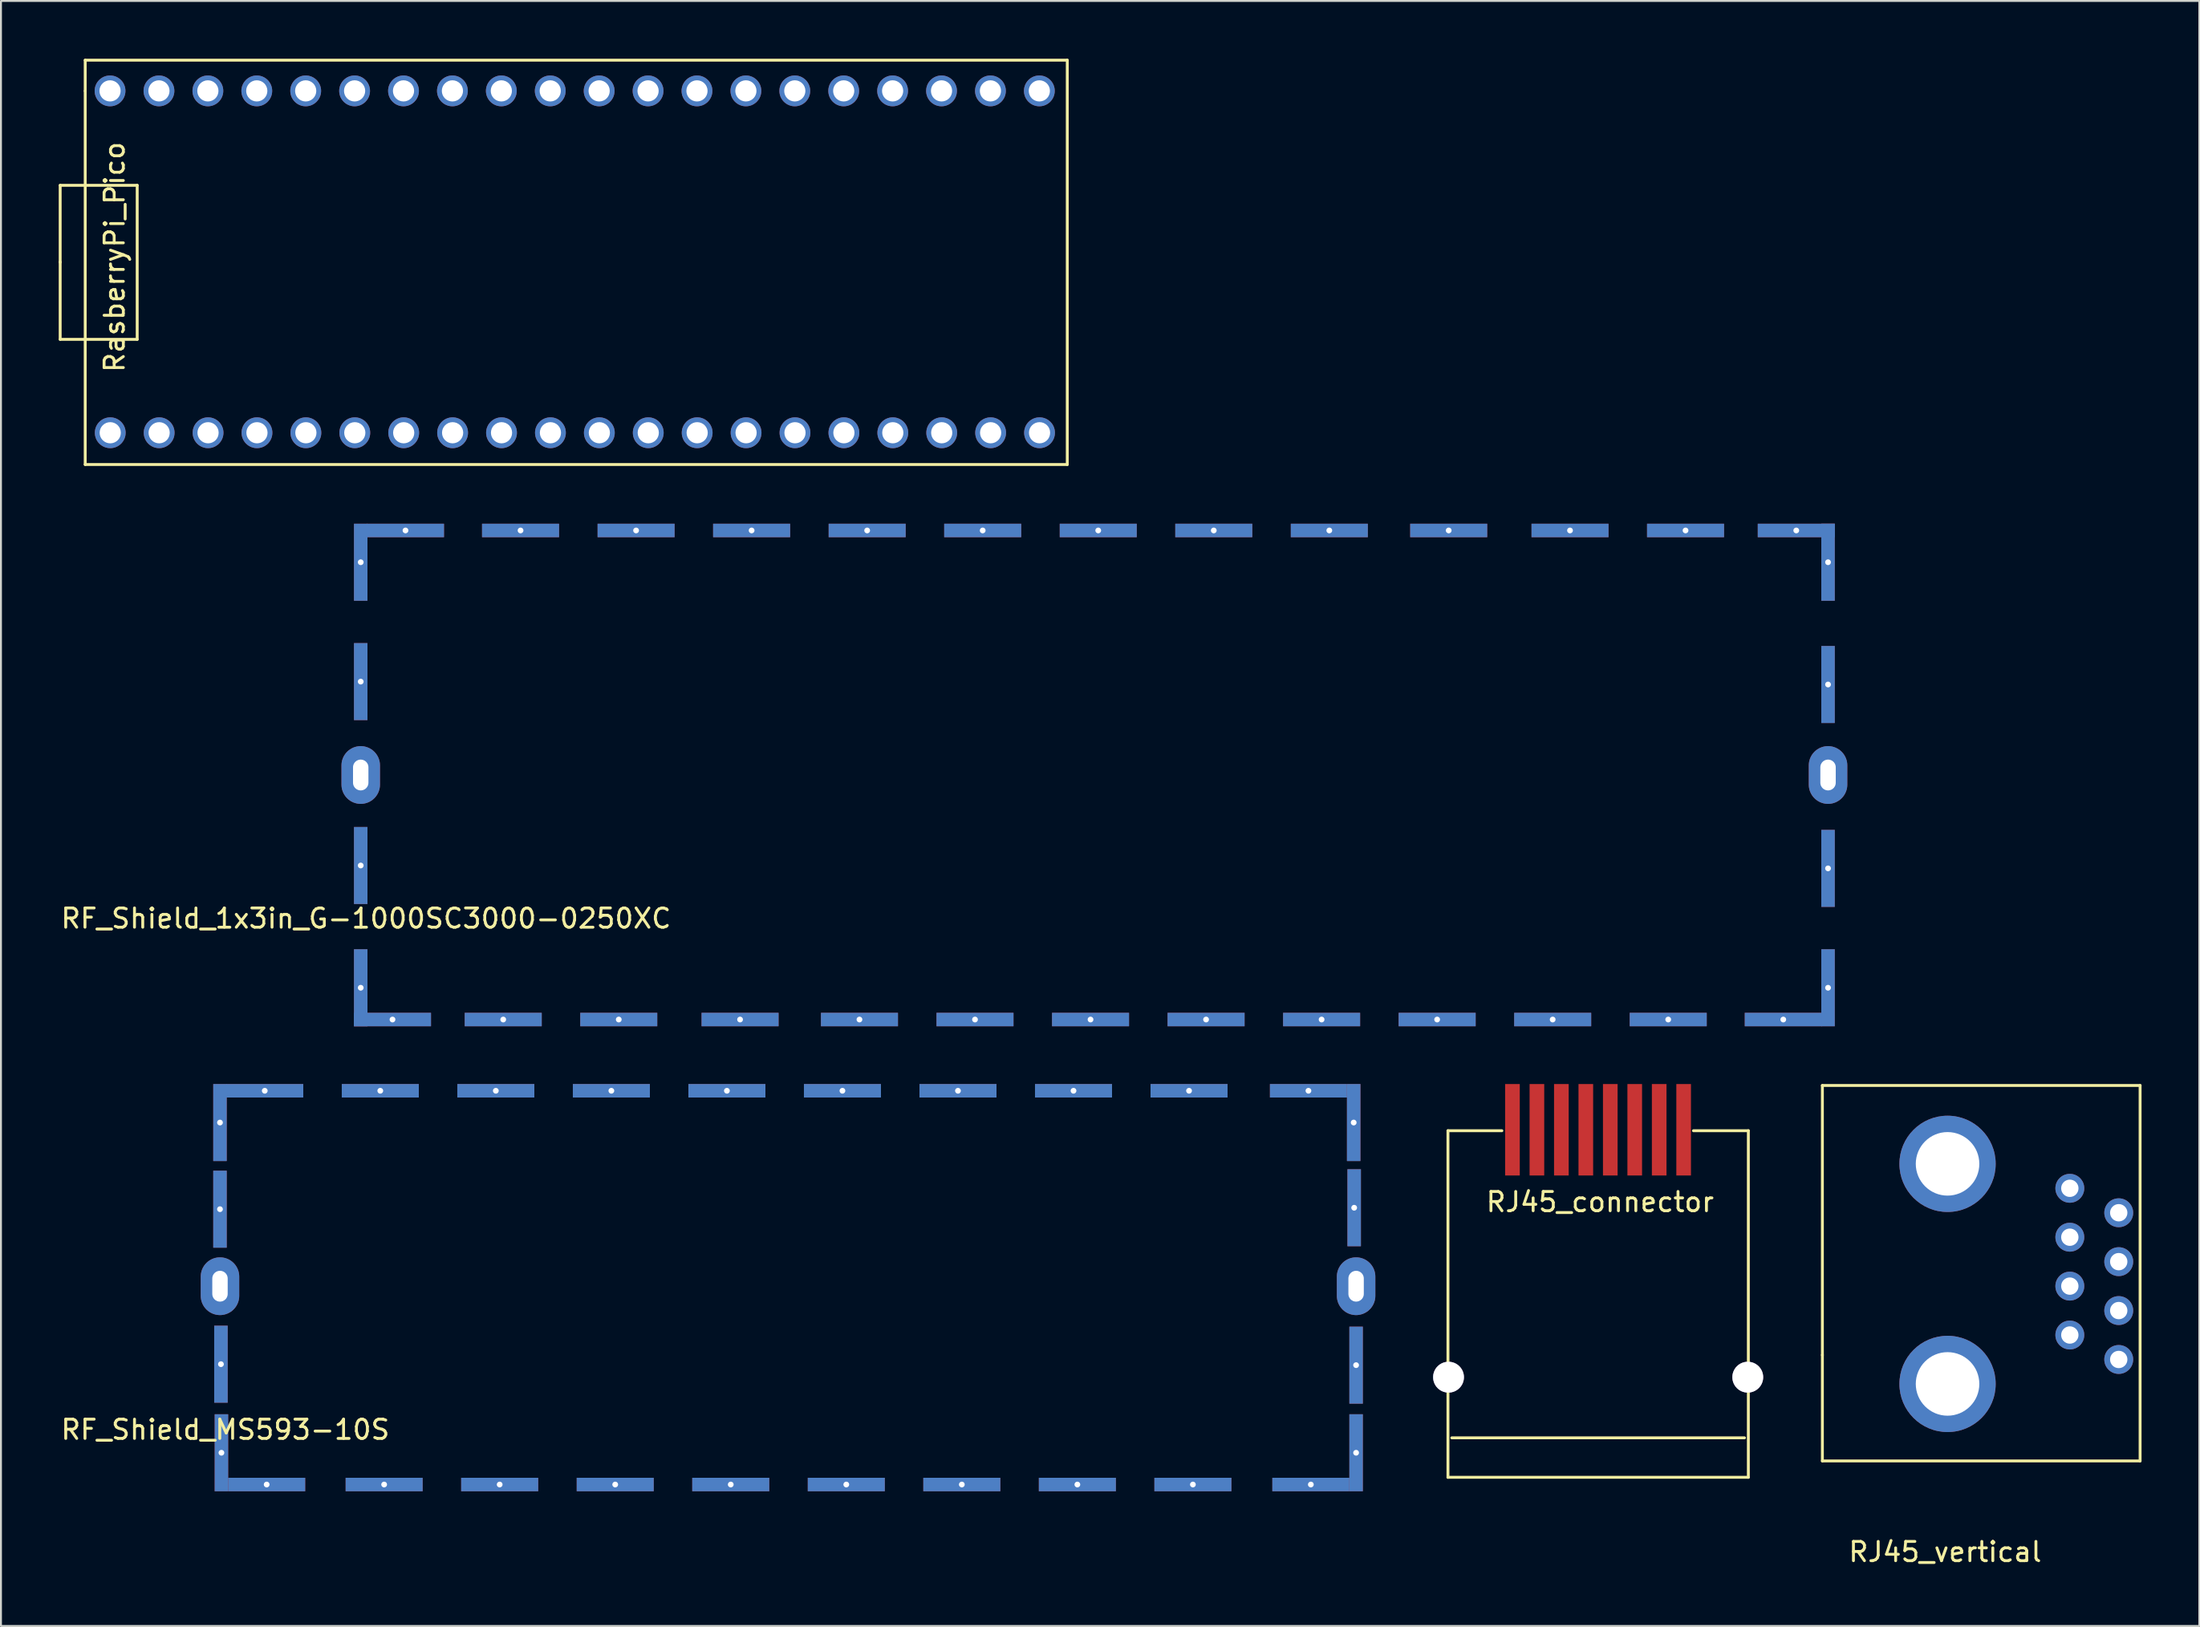
<source format=kicad_pcb>
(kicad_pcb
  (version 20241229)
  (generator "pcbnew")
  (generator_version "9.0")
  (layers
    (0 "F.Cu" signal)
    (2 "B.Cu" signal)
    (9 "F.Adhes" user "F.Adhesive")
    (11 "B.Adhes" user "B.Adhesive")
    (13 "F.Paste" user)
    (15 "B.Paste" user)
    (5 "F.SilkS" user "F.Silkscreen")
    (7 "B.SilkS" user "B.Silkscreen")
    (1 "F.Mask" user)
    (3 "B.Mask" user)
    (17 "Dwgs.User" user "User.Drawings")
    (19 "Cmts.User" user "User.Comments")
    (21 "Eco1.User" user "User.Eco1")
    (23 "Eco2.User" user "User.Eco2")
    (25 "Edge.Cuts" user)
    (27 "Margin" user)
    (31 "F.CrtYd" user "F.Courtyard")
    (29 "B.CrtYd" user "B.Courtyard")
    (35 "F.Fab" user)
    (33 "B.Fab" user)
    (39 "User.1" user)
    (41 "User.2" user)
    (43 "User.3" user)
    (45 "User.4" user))
  (footprint "RF_Shield_MS593-10S"
    (layer "F.Cu")
    (at 8.374 63.75)
    (property "Reference" "RF_Shield_MS593-10S" (at 0.275 7.45 0) (layer "F.SilkS") (effects (font (size 1 1) (thickness 0.15))))
    (attr through_hole)
    (pad "1" thru_hole rect (at 0 -8.5) (size 0.7 4) (drill 0.3) (layers "*.Cu" "*.Mask"))
    (pad "1" thru_hole oval (at 0 0) (size 2 3) (drill oval 0.8 1.6) (layers "*.Cu" "*.Mask"))
    (pad "1" thru_hole rect (at 2.325 -10.15 90) (size 0.7 4) (drill 0.3) (layers "*.Cu" "*.Mask"))
    (pad "1" thru_hole rect (at 2.425 10.3 90) (size 0.7 4) (drill 0.3) (layers "*.Cu" "*.Mask"))
    (pad "1" thru_hole rect (at 58.875 -8.5) (size 0.7 4) (drill 0.3) (layers "*.Cu" "*.Mask"))
    (pad "1" thru_hole oval (at 59 0) (size 2 3) (drill oval 0.8 1.6) (layers "*.Cu" "*.Mask"))
    (pad "2" thru_hole rect (at 0 -4) (size 0.7 4) (drill 0.3) (layers "*.Cu" "*.Mask"))
    (pad "2" thru_hole rect (at 8.325 -10.15 90) (size 0.7 4) (drill 0.3) (layers "*.Cu" "*.Mask"))
    (pad "2" thru_hole rect (at 8.525 10.3 90) (size 0.7 4) (drill 0.3) (layers "*.Cu" "*.Mask"))
    (pad "2" thru_hole rect (at 58.9 -4.075) (size 0.7 4) (drill 0.3) (layers "*.Cu" "*.Mask"))
    (pad "3" thru_hole rect (at 0.05 4.05) (size 0.7 4) (drill 0.3) (layers "*.Cu" "*.Mask"))
    (pad "3" thru_hole rect (at 14.325 -10.15 90) (size 0.7 4) (drill 0.3) (layers "*.Cu" "*.Mask"))
    (pad "3" thru_hole rect (at 14.525 10.3 90) (size 0.7 4) (drill 0.3) (layers "*.Cu" "*.Mask"))
    (pad "3" thru_hole rect (at 59 4.1) (size 0.7 4) (drill 0.3) (layers "*.Cu" "*.Mask"))
    (pad "4" thru_hole rect (at 0.075 8.65) (size 0.7 4) (drill 0.3) (layers "*.Cu" "*.Mask"))
    (pad "4" thru_hole rect (at 20.325 -10.15 90) (size 0.7 4) (drill 0.3) (layers "*.Cu" "*.Mask"))
    (pad "4" thru_hole rect (at 20.525 10.3 90) (size 0.7 4) (drill 0.3) (layers "*.Cu" "*.Mask"))
    (pad "4" thru_hole rect (at 59 8.65) (size 0.7 4) (drill 0.3) (layers "*.Cu" "*.Mask"))
    (pad "5" thru_hole rect (at 26.325 -10.15 90) (size 0.7 4) (drill 0.3) (layers "*.Cu" "*.Mask"))
    (pad "5" thru_hole rect (at 26.525 10.3 90) (size 0.7 4) (drill 0.3) (layers "*.Cu" "*.Mask"))
    (pad "6" thru_hole rect (at 32.325 -10.15 90) (size 0.7 4) (drill 0.3) (layers "*.Cu" "*.Mask"))
    (pad "6" thru_hole rect (at 32.525 10.3 90) (size 0.7 4) (drill 0.3) (layers "*.Cu" "*.Mask"))
    (pad "7" thru_hole rect (at 38.325 -10.15 90) (size 0.7 4) (drill 0.3) (layers "*.Cu" "*.Mask"))
    (pad "7" thru_hole rect (at 38.525 10.3 90) (size 0.7 4) (drill 0.3) (layers "*.Cu" "*.Mask"))
    (pad "8" thru_hole rect (at 44.325 -10.15 90) (size 0.7 4) (drill 0.3) (layers "*.Cu" "*.Mask"))
    (pad "8" thru_hole rect (at 44.525 10.3 90) (size 0.7 4) (drill 0.3) (layers "*.Cu" "*.Mask"))
    (pad "9" thru_hole rect (at 50.325 -10.15 90) (size 0.7 4) (drill 0.3) (layers "*.Cu" "*.Mask"))
    (pad "9" thru_hole rect (at 50.525 10.3 90) (size 0.7 4) (drill 0.3) (layers "*.Cu" "*.Mask"))
    (pad "10" thru_hole rect (at 56.525 -10.15 90) (size 0.7 4) (drill 0.3) (layers "*.Cu" "*.Mask"))
    (pad "10" thru_hole rect (at 56.65 10.3 90) (size 0.7 4) (drill 0.3) (layers "*.Cu" "*.Mask")))
  (footprint "RasberryPi_Pico"
    (layer "F.Cu")
    (at 2.675 1.675)
    (property "Reference" "RasberryPi_Pico" (at 0.225 8.625 90) (layer "F.SilkS") (effects (font (size 1 1) (thickness 0.15))))
    (attr through_hole)
    (fp_line (start -2.6 4.9) (end 1.4 4.9) (stroke (width 0.15) (type solid)) (layer "F.SilkS"))
    (fp_line (start -2.6 8.9) (end -2.6 4.9) (stroke (width 0.15) (type solid)) (layer "F.SilkS"))
    (fp_line (start -2.6 12.9) (end -2.6 8.875) (stroke (width 0.15) (type solid)) (layer "F.SilkS"))
    (fp_line (start -1.3 -1.6) (end 49.7 -1.6) (stroke (width 0.15) (type solid)) (layer "F.SilkS"))
    (fp_line (start -1.3 0) (end -1.3 -1.6) (stroke (width 0.15) (type solid)) (layer "F.SilkS"))
    (fp_line (start -1.3 19.4) (end -1.3 0) (stroke (width 0.15) (type solid)) (layer "F.SilkS"))
    (fp_line (start 1.4 4.9) (end 1.4 12.9) (stroke (width 0.15) (type solid)) (layer "F.SilkS"))
    (fp_line (start 1.4 12.9) (end -2.6 12.9) (stroke (width 0.15) (type solid)) (layer "F.SilkS"))
    (fp_line (start 49.7 -1.6) (end 49.7 19.4) (stroke (width 0.15) (type solid)) (layer "F.SilkS"))
    (fp_line (start 49.7 19.4) (end -1.3 19.4) (stroke (width 0.15) (type solid)) (layer "F.SilkS"))
    (pad "1" thru_hole circle (at 0 17.75) (size 1.6 1.6) (drill 1.1) (layers "*.Cu" "*.Mask"))
    (pad "2" thru_hole circle (at 2.54 17.75) (size 1.6 1.6) (drill 1.1) (layers "*.Cu" "*.Mask"))
    (pad "3" thru_hole circle (at 5.08 17.75) (size 1.6 1.6) (drill 1.1) (layers "*.Cu" "*.Mask"))
    (pad "4" thru_hole circle (at 7.62 17.75) (size 1.6 1.6) (drill 1.1) (layers "*.Cu" "*.Mask"))
    (pad "5" thru_hole circle (at 10.16 17.75) (size 1.6 1.6) (drill 1.1) (layers "*.Cu" "*.Mask"))
    (pad "6" thru_hole circle (at 12.7 17.75) (size 1.6 1.6) (drill 1.1) (layers "*.Cu" "*.Mask"))
    (pad "7" thru_hole circle (at 15.24 17.75) (size 1.6 1.6) (drill 1.1) (layers "*.Cu" "*.Mask"))
    (pad "8" thru_hole circle (at 17.78 17.75) (size 1.6 1.6) (drill 1.1) (layers "*.Cu" "*.Mask"))
    (pad "9" thru_hole circle (at 20.32 17.75) (size 1.6 1.6) (drill 1.1) (layers "*.Cu" "*.Mask"))
    (pad "10" thru_hole circle (at 22.86 17.75) (size 1.6 1.6) (drill 1.1) (layers "*.Cu" "*.Mask"))
    (pad "11" thru_hole circle (at 25.4 17.75) (size 1.6 1.6) (drill 1.1) (layers "*.Cu" "*.Mask"))
    (pad "12" thru_hole circle (at 27.94 17.75) (size 1.6 1.6) (drill 1.1) (layers "*.Cu" "*.Mask"))
    (pad "13" thru_hole circle (at 30.48 17.75) (size 1.6 1.6) (drill 1.1) (layers "*.Cu" "*.Mask"))
    (pad "14" thru_hole circle (at 33.02 17.75) (size 1.6 1.6) (drill 1.1) (layers "*.Cu" "*.Mask"))
    (pad "15" thru_hole circle (at 35.56 17.75) (size 1.6 1.6) (drill 1.1) (layers "*.Cu" "*.Mask"))
    (pad "16" thru_hole circle (at 38.1 17.75) (size 1.6 1.6) (drill 1.1) (layers "*.Cu" "*.Mask"))
    (pad "17" thru_hole circle (at 40.64 17.75) (size 1.6 1.6) (drill 1.1) (layers "*.Cu" "*.Mask"))
    (pad "18" thru_hole circle (at 43.18 17.75) (size 1.6 1.6) (drill 1.1) (layers "*.Cu" "*.Mask"))
    (pad "19" thru_hole circle (at 45.72 17.75) (size 1.6 1.6) (drill 1.1) (layers "*.Cu" "*.Mask"))
    (pad "20" thru_hole circle (at 48.26 17.75) (size 1.6 1.6) (drill 1.1) (layers "*.Cu" "*.Mask"))
    (pad "21" thru_hole circle (at 48.25 -0.005 180) (size 1.6 1.6) (drill 1.1) (layers "*.Cu" "*.Mask"))
    (pad "22" thru_hole circle (at 45.71 -0.005 180) (size 1.6 1.6) (drill 1.1) (layers "*.Cu" "*.Mask"))
    (pad "23" thru_hole circle (at 43.17 -0.005 180) (size 1.6 1.6) (drill 1.1) (layers "*.Cu" "*.Mask"))
    (pad "24" thru_hole circle (at 40.63 -0.005 180) (size 1.6 1.6) (drill 1.1) (layers "*.Cu" "*.Mask"))
    (pad "25" thru_hole circle (at 38.09 -0.005 180) (size 1.6 1.6) (drill 1.1) (layers "*.Cu" "*.Mask"))
    (pad "26" thru_hole circle (at 35.55 -0.005 180) (size 1.6 1.6) (drill 1.1) (layers "*.Cu" "*.Mask"))
    (pad "27" thru_hole circle (at 33.01 -0.005 180) (size 1.6 1.6) (drill 1.1) (layers "*.Cu" "*.Mask"))
    (pad "28" thru_hole circle (at 30.47 -0.005 180) (size 1.6 1.6) (drill 1.1) (layers "*.Cu" "*.Mask"))
    (pad "29" thru_hole circle (at 27.93 -0.005 180) (size 1.6 1.6) (drill 1.1) (layers "*.Cu" "*.Mask"))
    (pad "30" thru_hole circle (at 25.39 -0.005 180) (size 1.6 1.6) (drill 1.1) (layers "*.Cu" "*.Mask"))
    (pad "31" thru_hole circle (at 22.85 -0.005 180) (size 1.6 1.6) (drill 1.1) (layers "*.Cu" "*.Mask"))
    (pad "32" thru_hole circle (at 20.31 -0.005 180) (size 1.6 1.6) (drill 1.1) (layers "*.Cu" "*.Mask"))
    (pad "33" thru_hole circle (at 17.77 -0.005 180) (size 1.6 1.6) (drill 1.1) (layers "*.Cu" "*.Mask"))
    (pad "34" thru_hole circle (at 15.23 -0.005 180) (size 1.6 1.6) (drill 1.1) (layers "*.Cu" "*.Mask"))
    (pad "35" thru_hole circle (at 12.69 -0.005 180) (size 1.6 1.6) (drill 1.1) (layers "*.Cu" "*.Mask"))
    (pad "36" thru_hole circle (at 10.15 -0.005 180) (size 1.6 1.6) (drill 1.1) (layers "*.Cu" "*.Mask"))
    (pad "37" thru_hole circle (at 7.61 -0.005 180) (size 1.6 1.6) (drill 1.1) (layers "*.Cu" "*.Mask"))
    (pad "38" thru_hole circle (at 5.07 -0.005 180) (size 1.6 1.6) (drill 1.1) (layers "*.Cu" "*.Mask"))
    (pad "39" thru_hole circle (at 2.53 -0.005 180) (size 1.6 1.6) (drill 1.1) (layers "*.Cu" "*.Mask"))
    (pad "40" thru_hole circle (at -0.01 -0.005 180) (size 1.6 1.6) (drill 1.1) (layers "*.Cu" "*.Mask")))
  (footprint "RF_Shield_1x3in_G-1000SC3000-0250XC"
    (layer "F.Cu")
    (at 15.683 37.2)
    (property "Reference" "RF_Shield_1x3in_G-1000SC3000-0250XC" (at 0.275 7.45 0) (layer "F.SilkS") (effects (font (size 1 1) (thickness 0.15))))
    (attr through_hole)
    (pad "1" thru_hole rect (at 0 -11.05) (size 0.7 4) (drill 0.3) (layers "*.Cu" "*.Mask"))
    (pad "1" thru_hole oval (at 0 0) (size 2 3) (drill oval 0.8 1.6) (layers "*.Cu" "*.Mask"))
    (pad "1" thru_hole rect (at 0 11.05 180) (size 0.7 4) (drill 0.3) (layers "*.Cu" "*.Mask"))
    (pad "1" thru_hole rect (at 2.325 -12.7 90) (size 0.7 4) (drill 0.3) (layers "*.Cu" "*.Mask"))
    (pad "1" thru_hole rect (at 73.875 12.7 270) (size 0.7 4) (drill 0.3) (layers "*.Cu" "*.Mask"))
    (pad "1" thru_hole rect (at 76.2 -11.05) (size 0.7 4) (drill 0.3) (layers "*.Cu" "*.Mask"))
    (pad "1" thru_hole oval (at 76.2 0) (size 2 3) (drill oval 0.8 1.6) (layers "*.Cu" "*.Mask"))
    (pad "1" thru_hole rect (at 76.2 11.05 180) (size 0.7 4) (drill 0.3) (layers "*.Cu" "*.Mask"))
    (pad "2" thru_hole rect (at 0 -4.85) (size 0.7 4) (drill 0.3) (layers "*.Cu" "*.Mask"))
    (pad "2" thru_hole rect (at 0 4.7 180) (size 0.7 4) (drill 0.3) (layers "*.Cu" "*.Mask"))
    (pad "2" thru_hole rect (at 8.3 -12.7 90) (size 0.7 4) (drill 0.3) (layers "*.Cu" "*.Mask"))
    (pad "2" thru_hole rect (at 67.9 12.7 270) (size 0.7 4) (drill 0.3) (layers "*.Cu" "*.Mask"))
    (pad "2" thru_hole rect (at 76.2 -4.7) (size 0.7 4) (drill 0.3) (layers "*.Cu" "*.Mask"))
    (pad "2" thru_hole rect (at 76.2 4.85 180) (size 0.7 4) (drill 0.3) (layers "*.Cu" "*.Mask"))
    (pad "3" thru_hole rect (at 14.3 -12.7 90) (size 0.7 4) (drill 0.3) (layers "*.Cu" "*.Mask"))
    (pad "3" thru_hole rect (at 61.9 12.7 270) (size 0.7 4) (drill 0.3) (layers "*.Cu" "*.Mask"))
    (pad "4" thru_hole rect (at 20.3 -12.7 90) (size 0.7 4) (drill 0.3) (layers "*.Cu" "*.Mask"))
    (pad "4" thru_hole rect (at 55.9 12.7 270) (size 0.7 4) (drill 0.3) (layers "*.Cu" "*.Mask"))
    (pad "5" thru_hole rect (at 26.3 -12.7 90) (size 0.7 4) (drill 0.3) (layers "*.Cu" "*.Mask"))
    (pad "5" thru_hole rect (at 49.9 12.7 270) (size 0.7 4) (drill 0.3) (layers "*.Cu" "*.Mask"))
    (pad "6" thru_hole rect (at 32.3 -12.7 90) (size 0.7 4) (drill 0.3) (layers "*.Cu" "*.Mask"))
    (pad "6" thru_hole rect (at 43.9 12.7 270) (size 0.7 4) (drill 0.3) (layers "*.Cu" "*.Mask"))
    (pad "7" thru_hole rect (at 37.9 12.7 270) (size 0.7 4) (drill 0.3) (layers "*.Cu" "*.Mask"))
    (pad "7" thru_hole rect (at 38.3 -12.7 90) (size 0.7 4) (drill 0.3) (layers "*.Cu" "*.Mask"))
    (pad "8" thru_hole rect (at 13.4 12.7 270) (size 0.7 4) (drill 0.3) (layers "*.Cu" "*.Mask"))
    (pad "8" thru_hole rect (at 31.9 12.7 270) (size 0.7 4) (drill 0.3) (layers "*.Cu" "*.Mask"))
    (pad "8" thru_hole rect (at 44.3 -12.7 90) (size 0.7 4) (drill 0.3) (layers "*.Cu" "*.Mask"))
    (pad "8" thru_hole rect (at 62.8 -12.7 90) (size 0.7 4) (drill 0.3) (layers "*.Cu" "*.Mask"))
    (pad "9" thru_hole rect (at 7.4 12.7 270) (size 0.7 4) (drill 0.3) (layers "*.Cu" "*.Mask"))
    (pad "9" thru_hole rect (at 25.9 12.7 270) (size 0.7 4) (drill 0.3) (layers "*.Cu" "*.Mask"))
    (pad "9" thru_hole rect (at 50.3 -12.7 90) (size 0.7 4) (drill 0.3) (layers "*.Cu" "*.Mask"))
    (pad "9" thru_hole rect (at 68.8 -12.7 90) (size 0.7 4) (drill 0.3) (layers "*.Cu" "*.Mask"))
    (pad "10" thru_hole rect (at 1.65 12.7 270) (size 0.7 4) (drill 0.3) (layers "*.Cu" "*.Mask"))
    (pad "10" thru_hole rect (at 19.7 12.7 270) (size 0.7 4) (drill 0.3) (layers "*.Cu" "*.Mask"))
    (pad "10" thru_hole rect (at 56.5 -12.7 90) (size 0.7 4) (drill 0.3) (layers "*.Cu" "*.Mask"))
    (pad "10" thru_hole rect (at 74.55 -12.7 90) (size 0.7 4) (drill 0.3) (layers "*.Cu" "*.Mask")))
  (footprint "RJ45_vertical"
    (layer "F.Cu")
    (at 98.089 68.825)
    (property "Reference" "RJ45_vertical" (at -0.125 8.725 0) (layer "F.SilkS") (effects (font (size 1 1) (thickness 0.15))))
    (attr through_hole)
    (fp_line (start -6.5 -15.5) (end -6.5 -1.5) (stroke (width 0.15) (type solid)) (layer "F.SilkS"))
    (fp_line (start -6.5 -1.5) (end -6.5 4) (stroke (width 0.15) (type solid)) (layer "F.SilkS"))
    (fp_line (start -6.5 4) (end 10 4) (stroke (width 0.15) (type solid)) (layer "F.SilkS"))
    (fp_line (start 10 -15.5) (end -6.5 -15.5) (stroke (width 0.15) (type solid)) (layer "F.SilkS"))
    (fp_line (start 10 4) (end 10 -15.5) (stroke (width 0.15) (type solid)) (layer "F.SilkS"))
    (pad "1" thru_hole circle (at 6.35 -10.16) (size 1.5 1.5) (drill 0.9) (layers "*.Cu" "*.Mask"))
    (pad "2" thru_hole circle (at 8.89 -8.89) (size 1.5 1.5) (drill 0.9) (layers "*.Cu" "*.Mask"))
    (pad "3" thru_hole circle (at 6.35 -7.62) (size 1.5 1.5) (drill 0.9) (layers "*.Cu" "*.Mask"))
    (pad "4" thru_hole circle (at 8.89 -6.35) (size 1.5 1.5) (drill 0.9) (layers "*.Cu" "*.Mask"))
    (pad "5" thru_hole circle (at 6.35 -5.08) (size 1.5 1.5) (drill 0.9) (layers "*.Cu" "*.Mask"))
    (pad "6" thru_hole circle (at 8.89 -3.81) (size 1.5 1.5) (drill 0.9) (layers "*.Cu" "*.Mask"))
    (pad "7" thru_hole circle (at 6.35 -2.54) (size 1.5 1.5) (drill 0.9) (layers "*.Cu" "*.Mask"))
    (pad "8" thru_hole circle (at 8.89 -1.27) (size 1.5 1.5) (drill 0.9) (layers "*.Cu" "*.Mask"))
    (pad "9" thru_hole circle (at 0 -11.43) (size 5 5) (drill 3.3) (layers "*.Cu" "*.Mask"))
    (pad "9" thru_hole circle (at 0 0) (size 5 5) (drill 3.3) (layers "*.Cu" "*.Mask")))
  (footprint "RJ45_connector"
    (layer "F.Cu")
    (at 79.944 55.675)
    (property "Reference" "RJ45_connector" (at 0.1 3.7 0) (layer "F.SilkS") (effects (font (size 1 1) (thickness 0.15))))
    (attr through_hole)
    (fp_line (start -7.8 0) (end -7.8 18) (stroke (width 0.15) (type solid)) (layer "F.SilkS"))
    (fp_line (start -7.6 15.95) (end 7.6 15.95) (stroke (width 0.15) (type solid)) (layer "F.SilkS"))
    (fp_line (start -5 0) (end -7.8 0) (stroke (width 0.15) (type solid)) (layer "F.SilkS"))
    (fp_line (start 4.95 0) (end 7.8 0) (stroke (width 0.15) (type solid)) (layer "F.SilkS"))
    (fp_line (start 7.8 0) (end 7.8 18) (stroke (width 0.15) (type solid)) (layer "F.SilkS"))
    (fp_line (start 7.8 18) (end -7.8 18) (stroke (width 0.15) (type solid)) (layer "F.SilkS"))
    (pad "0" thru_hole circle (at -7.77 12.8) (size 1.6 1.6) (drill 1.6) (layers "*.Cu" "*.Mask"))
    (pad "0" thru_hole circle (at 7.77 12.8) (size 1.6 1.6) (drill 1.6) (layers "*.Cu" "*.Mask"))
    (pad "1" smd rect (at -4.45 -0.05) (size 0.76 4.75) (layers "F.Cu" "F.Mask" "F.Paste"))
    (pad "2" smd rect (at -3.18 -0.05) (size 0.76 4.75) (layers "F.Cu" "F.Mask" "F.Paste"))
    (pad "3" smd rect (at -1.91 -0.05) (size 0.76 4.75) (layers "F.Cu" "F.Mask" "F.Paste"))
    (pad "4" smd rect (at -0.64 -0.05) (size 0.76 4.75) (layers "F.Cu" "F.Mask" "F.Paste"))
    (pad "5" smd rect (at 0.63 -0.05) (size 0.76 4.75) (layers "F.Cu" "F.Mask" "F.Paste"))
    (pad "6" smd rect (at 1.9 -0.05) (size 0.76 4.75) (layers "F.Cu" "F.Mask" "F.Paste"))
    (pad "7" smd rect (at 3.17 -0.05) (size 0.76 4.75) (layers "F.Cu" "F.Mask" "F.Paste"))
    (pad "8" smd rect (at 4.44 -0.05) (size 0.76 4.75) (layers "F.Cu" "F.Mask" "F.Paste")))
  (gr_rect
    (start -3 -3)
    (end 111.164 81.398)
    (stroke (width 0.1) (type default))
    (fill no)
    (layer "Edge.Cuts")))
</source>
